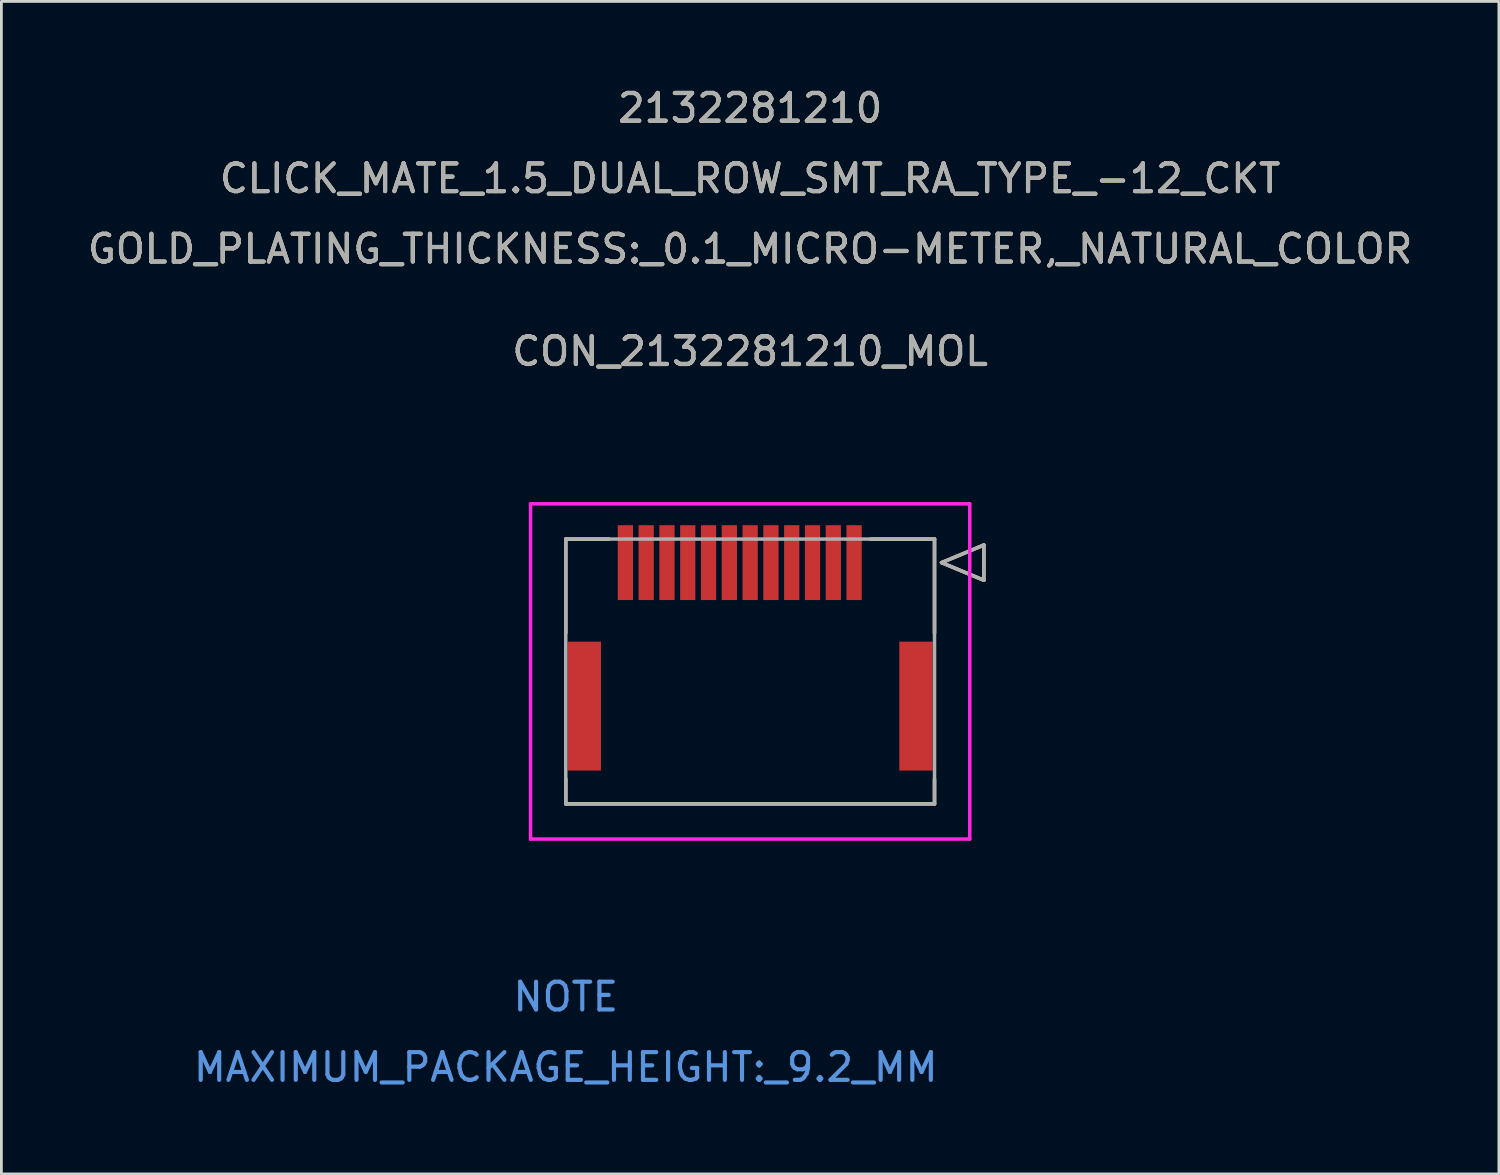
<source format=kicad_pcb>
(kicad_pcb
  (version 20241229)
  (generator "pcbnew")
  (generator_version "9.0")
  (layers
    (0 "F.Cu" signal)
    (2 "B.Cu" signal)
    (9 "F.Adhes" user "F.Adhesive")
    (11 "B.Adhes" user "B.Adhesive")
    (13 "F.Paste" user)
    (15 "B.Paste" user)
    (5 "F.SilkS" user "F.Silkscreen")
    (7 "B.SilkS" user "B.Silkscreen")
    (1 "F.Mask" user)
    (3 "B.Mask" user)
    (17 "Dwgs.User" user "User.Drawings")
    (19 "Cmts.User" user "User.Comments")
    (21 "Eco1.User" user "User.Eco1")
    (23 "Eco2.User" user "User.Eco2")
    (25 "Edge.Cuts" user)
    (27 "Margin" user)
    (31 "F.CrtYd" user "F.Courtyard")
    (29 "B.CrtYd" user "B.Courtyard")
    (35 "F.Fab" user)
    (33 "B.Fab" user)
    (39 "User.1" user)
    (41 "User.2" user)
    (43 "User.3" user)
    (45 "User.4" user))
  (footprint "CON_2132281210_MOL"
    (layer "F.Cu")
    (at 27.756 17.243)
    (property "Reference" "CON_2132281210_MOL" (at -3.75 -7.62 0) (unlocked yes) (layer "F.SilkS") (effects (font (size 1 1) (thickness 0.15))))
    (attr smd)
    (fp_line (start -10.4 -0.85) (end -10.4 2.538) (stroke (width 0.127) (type solid)) (layer "F.SilkS"))
    (fp_line (start -10.4 7.812) (end -10.4 8.7) (stroke (width 0.127) (type solid)) (layer "F.SilkS"))
    (fp_line (start -10.4 8.7) (end 2.9 8.7) (stroke (width 0.127) (type solid)) (layer "F.SilkS"))
    (fp_line (start -8.845 -0.85) (end -10.4 -0.85) (stroke (width 0.127) (type solid)) (layer "F.SilkS"))
    (fp_line (start 2.9 -0.85) (end 0.595 -0.85) (stroke (width 0.127) (type solid)) (layer "F.SilkS"))
    (fp_line (start 2.9 2.538) (end 2.9 -0.85) (stroke (width 0.127) (type solid)) (layer "F.SilkS"))
    (fp_line (start 2.9 8.7) (end 2.9 7.812) (stroke (width 0.127) (type solid)) (layer "F.SilkS"))
    (fp_line (start 3.154 0) (end 4.678 -0.635) (stroke (width 0.127) (type solid)) (layer "F.SilkS"))
    (fp_line (start 4.678 -0.635) (end 4.678 0.635) (stroke (width 0.127) (type solid)) (layer "F.SilkS"))
    (fp_line (start 4.678 0.635) (end 3.154 0) (stroke (width 0.127) (type solid)) (layer "F.SilkS"))
    (fp_line (start -11.67 -2.12) (end -11.67 9.97) (stroke (width 0.127) (type solid)) (layer "F.CrtYd"))
    (fp_line (start -11.67 9.97) (end 4.17 9.97) (stroke (width 0.127) (type solid)) (layer "F.CrtYd"))
    (fp_line (start 4.17 -2.12) (end -11.67 -2.12) (stroke (width 0.127) (type solid)) (layer "F.CrtYd"))
    (fp_line (start 4.17 9.97) (end 4.17 -2.12) (stroke (width 0.127) (type solid)) (layer "F.CrtYd"))
    (fp_line (start -10.4 -0.85) (end -10.4 8.7) (stroke (width 0.127) (type solid)) (layer "F.Fab"))
    (fp_line (start -10.4 8.7) (end 2.9 8.7) (stroke (width 0.127) (type solid)) (layer "F.Fab"))
    (fp_line (start 2.9 -0.85) (end -10.4 -0.85) (stroke (width 0.127) (type solid)) (layer "F.Fab"))
    (fp_line (start 2.9 8.7) (end 2.9 -0.85) (stroke (width 0.127) (type solid)) (layer "F.Fab"))
    (fp_line (start 3.154 0) (end 4.678 -0.635) (stroke (width 0.127) (type solid)) (layer "F.Fab"))
    (fp_line (start 4.678 -0.635) (end 4.678 0.635) (stroke (width 0.127) (type solid)) (layer "F.Fab"))
    (fp_line (start 4.678 0.635) (end 3.154 0) (stroke (width 0.127) (type solid)) (layer "F.Fab"))
    (fp_text user "CLICK_MATE_1.5_DUAL_ROW_SMT_RA_TYPE_-12_CKT" (at -3.75 -13.855 0) (unlocked yes) (layer "F.SilkS") (effects (font (size 1 1) (thickness 0.15))))
    (fp_text user "2132281210" (at -3.75 -16.395 0) (unlocked yes) (layer "F.SilkS") (effects (font (size 1 1) (thickness 0.15))))
    (fp_text user "GOLD_PLATING_THICKNESS:_0.1_MICRO-METER,_NATURAL_COLOR" (at -3.75 -11.315 0) (unlocked yes) (layer "F.SilkS") (effects (font (size 1 1) (thickness 0.15))))
    (fp_text user "MAXIMUM_PACKAGE_HEIGHT:_9.2_MM" (at -10.4 18.2 0) (unlocked yes) (layer "Cmts.User") (effects (font (size 1 1) (thickness 0.15))))
    (fp_text user "NOTE" (at -10.4 15.66 0) (unlocked yes) (layer "Cmts.User") (effects (font (size 1 1) (thickness 0.15))))
    (fp_text user "${REFERENCE}" (at -3.75 -7.62 0) (unlocked yes) (layer "F.Fab") (effects (font (size 1 1) (thickness 0.15))))
    (fp_text user "CLICK_MATE_1.5_DUAL_ROW_SMT_RA_TYPE_-12_CKT" (at -3.75 -13.855 0) (unlocked yes) (layer "F.Fab") (effects (font (size 1 1) (thickness 0.15))))
    (fp_text user "GOLD_PLATING_THICKNESS:_0.1_MICRO-METER,_NATURAL_COLOR" (at -3.75 -11.315 0) (unlocked yes) (layer "F.Fab") (effects (font (size 1 1) (thickness 0.15))))
    (fp_text user "2132281210" (at -3.75 -16.395 0) (unlocked yes) (layer "F.Fab") (effects (font (size 1 1) (thickness 0.15))))
    (pad "1" smd rect (at 0 0) (size 0.55 2.7) (layers "F.Cu" "F.Mask" "F.Paste"))
    (pad "2" smd rect (at -0.75 0) (size 0.55 2.7) (layers "F.Cu" "F.Mask" "F.Paste"))
    (pad "3" smd rect (at -1.5 0) (size 0.55 2.7) (layers "F.Cu" "F.Mask" "F.Paste"))
    (pad "4" smd rect (at -2.25 0) (size 0.55 2.7) (layers "F.Cu" "F.Mask" "F.Paste"))
    (pad "5" smd rect (at -3 0) (size 0.55 2.7) (layers "F.Cu" "F.Mask" "F.Paste"))
    (pad "6" smd rect (at -3.75 0) (size 0.55 2.7) (layers "F.Cu" "F.Mask" "F.Paste"))
    (pad "7" smd rect (at -4.5 0) (size 0.55 2.7) (layers "F.Cu" "F.Mask" "F.Paste"))
    (pad "8" smd rect (at -5.25 0) (size 0.55 2.7) (layers "F.Cu" "F.Mask" "F.Paste"))
    (pad "9" smd rect (at -6 0) (size 0.55 2.7) (layers "F.Cu" "F.Mask" "F.Paste"))
    (pad "10" smd rect (at -6.75 0) (size 0.55 2.7) (layers "F.Cu" "F.Mask" "F.Paste"))
    (pad "11" smd rect (at -7.5 0) (size 0.55 2.7) (layers "F.Cu" "F.Mask" "F.Paste"))
    (pad "12" smd rect (at -8.25 0) (size 0.55 2.7) (layers "F.Cu" "F.Mask" "F.Paste"))
    (pad "13" smd rect (at 2.23 5.175) (size 1.2 4.65) (layers "F.Cu" "F.Mask" "F.Paste"))
    (pad "14" smd rect (at -9.73 5.175) (size 1.2 4.65) (layers "F.Cu" "F.Mask" "F.Paste")))
  (gr_rect
    (start -3 -3)
    (end 51.012 39.291)
    (stroke (width 0.1) (type default))
    (fill no)
    (layer "Edge.Cuts")))
</source>
